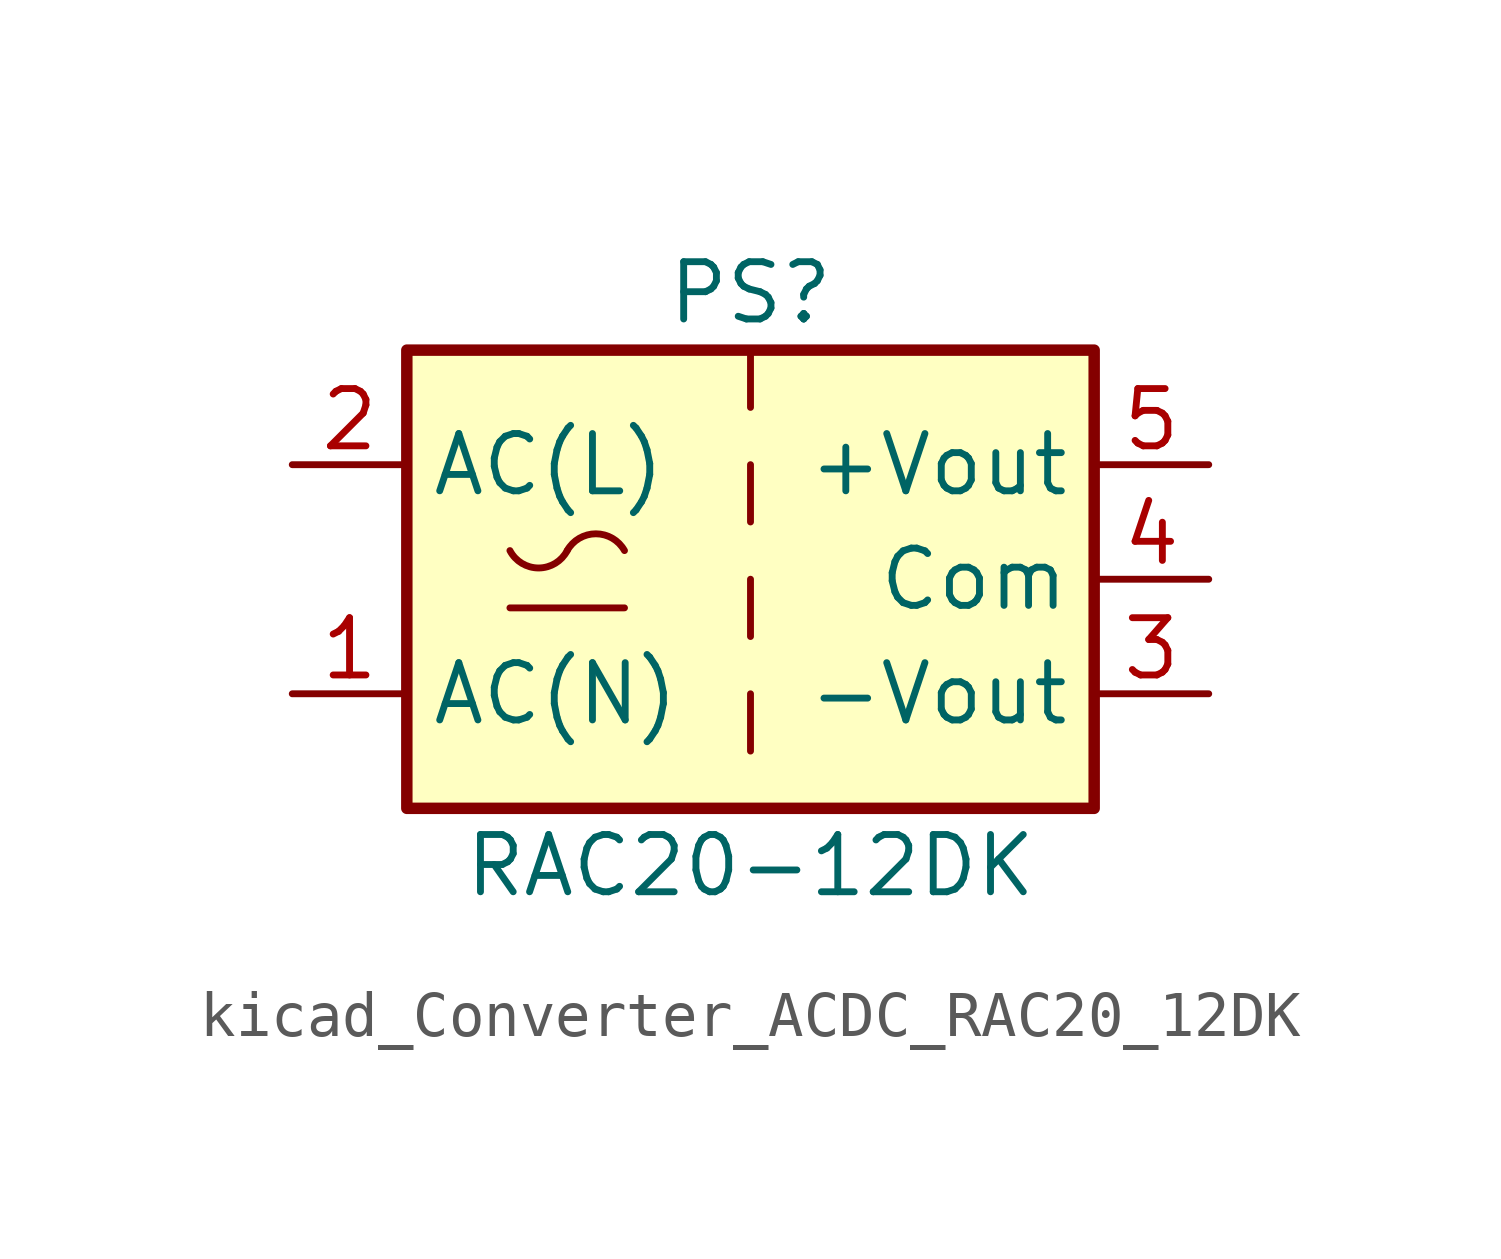
<source format=kicad_sym>
(kicad_symbol_lib
  (version 20220914)
  (generator kicad_symbol_editor)
  (symbol "kicad_Converter_ACDC_RAC20_12DK"
    (property "Reference" "PS"
      (at 0 6.35 0)
      (effects (font (size 1.27 1.27))))
    (property "Value" "RAC20-12DK"
      (at 0 -6.35 0)
      (effects (font (size 1.27 1.27))))
    (symbol "kicad_Converter_ACDC_RAC20_12DK_0_1"
      (rectangle (start -7.62 5.08) (end 7.62 -5.08) (stroke (width 0.254) (type default)) (fill (type background)))
      (arc (start -5.334 0.635) (mid -4.699 0.2495) (end -4.064 0.635) (stroke (width 0) (type default)) (fill (type none)))
      (arc (start -2.794 0.635) (mid -3.429 1.0072) (end -4.064 0.635) (stroke (width 0) (type default)) (fill (type none)))
      (polyline (pts (xy -5.334 -0.635) (xy -2.794 -0.635)) (stroke (width 0) (type default)) (fill (type none)))
      (polyline (pts (xy 0 -2.54) (xy 0 -3.81)) (stroke (width 0) (type default)) (fill (type none)))
      (polyline (pts (xy 0 0) (xy 0 -1.27)) (stroke (width 0) (type default)) (fill (type none)))
      (polyline (pts (xy 0 2.54) (xy 0 1.27)) (stroke (width 0) (type default)) (fill (type none)))
      (polyline (pts (xy 0 5.08) (xy 0 3.81)) (stroke (width 0) (type default)) (fill (type none))))
    (symbol "kicad_Converter_ACDC_RAC20_12DK_1_1"
      (pin power_in line (at -10.16 -2.54 0) (length 2.54) (name "AC(N)" (effects (font (size 1.27 1.27)))) (number "1" (effects (font (size 1.27 1.27)))))
      (pin power_in line (at -10.16 2.54 0) (length 2.54) (name "AC(L)" (effects (font (size 1.27 1.27)))) (number "2" (effects (font (size 1.27 1.27)))))
      (pin power_out line (at 10.16 -2.54 180) (length 2.54) (name "-Vout" (effects (font (size 1.27 1.27)))) (number "3" (effects (font (size 1.27 1.27)))))
      (pin power_out line (at 10.16 0 180) (length 2.54) (name "Com" (effects (font (size 1.27 1.27)))) (number "4" (effects (font (size 1.27 1.27)))))
      (pin power_out line (at 10.16 2.54 180) (length 2.54) (name "+Vout" (effects (font (size 1.27 1.27)))) (number "5" (effects (font (size 1.27 1.27))))))))
</source>
